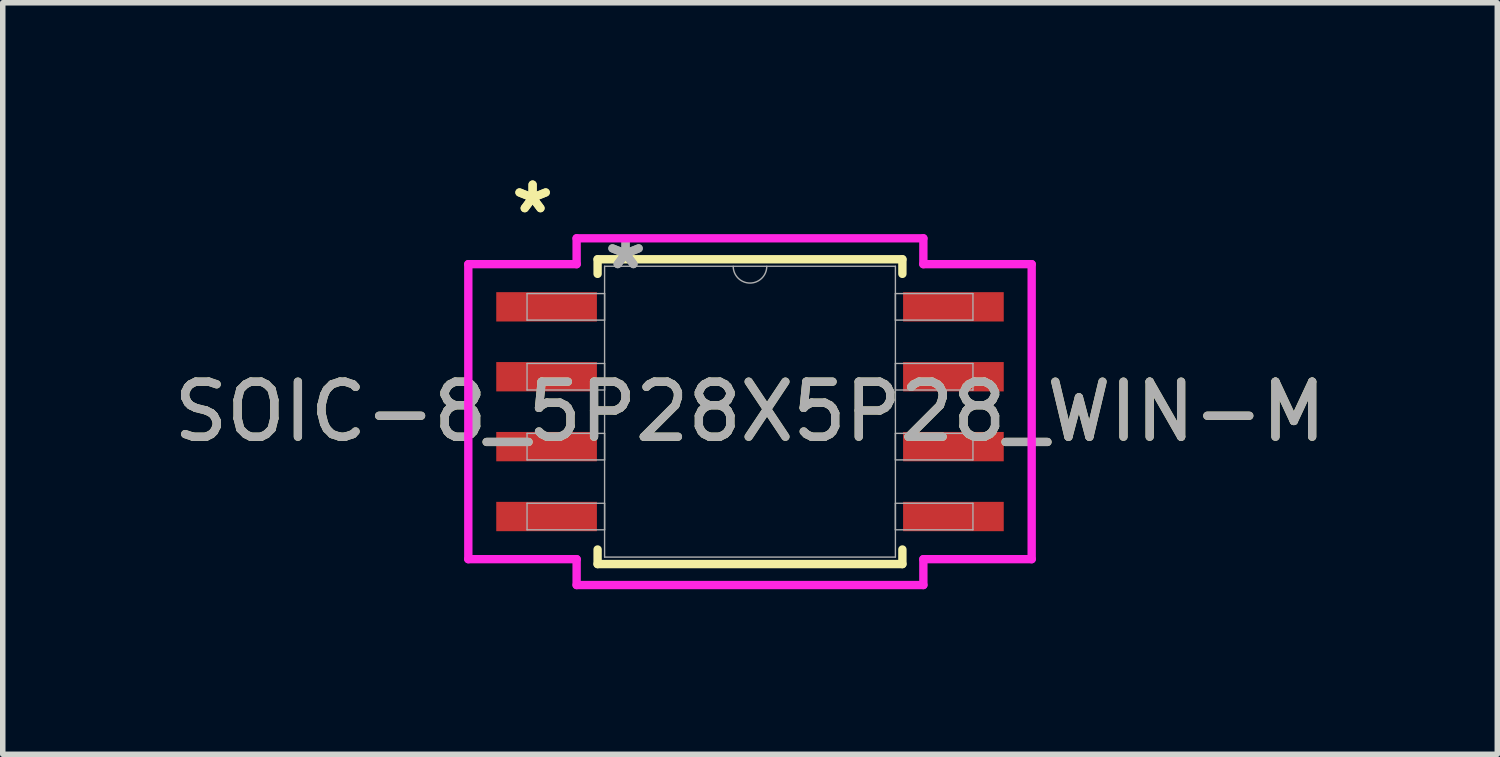
<source format=kicad_pcb>
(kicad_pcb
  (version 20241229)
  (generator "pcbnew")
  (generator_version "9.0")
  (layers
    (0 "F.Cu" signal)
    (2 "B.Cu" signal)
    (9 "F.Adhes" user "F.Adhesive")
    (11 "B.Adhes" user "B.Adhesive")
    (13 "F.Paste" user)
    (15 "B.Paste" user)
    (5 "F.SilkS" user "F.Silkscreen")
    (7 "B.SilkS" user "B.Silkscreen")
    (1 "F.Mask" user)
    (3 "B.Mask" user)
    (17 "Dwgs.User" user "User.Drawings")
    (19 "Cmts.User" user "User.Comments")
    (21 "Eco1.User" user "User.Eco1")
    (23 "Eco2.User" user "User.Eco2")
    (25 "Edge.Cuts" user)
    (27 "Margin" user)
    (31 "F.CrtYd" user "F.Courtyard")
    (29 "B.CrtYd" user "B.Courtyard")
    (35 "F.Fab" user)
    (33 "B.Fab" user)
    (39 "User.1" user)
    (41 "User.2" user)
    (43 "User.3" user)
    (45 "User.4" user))
  (footprint "SOIC-8_5P28X5P28_WIN-M"
    (layer "F.Cu")
    (at 10.577 4.43)
    (property "Reference" "SOIC-8_5P28X5P28_WIN-M" (at 0 0 0) (unlocked yes) (layer "F.SilkS") (effects (font (size 1 1) (thickness 0.15))))
    (attr smd)
    (fp_line (start -2.769 -2.769) (end -2.769 -2.504) (stroke (width 0.152) (type solid)) (layer "F.SilkS"))
    (fp_line (start -2.769 2.504) (end -2.769 2.769) (stroke (width 0.152) (type solid)) (layer "F.SilkS"))
    (fp_line (start -2.769 2.769) (end 2.769 2.769) (stroke (width 0.152) (type solid)) (layer "F.SilkS"))
    (fp_line (start 2.769 -2.769) (end -2.769 -2.769) (stroke (width 0.152) (type solid)) (layer "F.SilkS"))
    (fp_line (start 2.769 -2.504) (end 2.769 -2.769) (stroke (width 0.152) (type solid)) (layer "F.SilkS"))
    (fp_line (start 2.769 2.769) (end 2.769 2.504) (stroke (width 0.152) (type solid)) (layer "F.SilkS"))
    (fp_line (start -5.118 -2.68) (end -3.15 -2.68) (stroke (width 0.152) (type solid)) (layer "F.CrtYd"))
    (fp_line (start -5.118 2.68) (end -5.118 -2.68) (stroke (width 0.152) (type solid)) (layer "F.CrtYd"))
    (fp_line (start -5.118 2.68) (end -3.15 2.68) (stroke (width 0.152) (type solid)) (layer "F.CrtYd"))
    (fp_line (start -3.15 -3.15) (end 3.15 -3.15) (stroke (width 0.152) (type solid)) (layer "F.CrtYd"))
    (fp_line (start -3.15 -2.68) (end -3.15 -3.15) (stroke (width 0.152) (type solid)) (layer "F.CrtYd"))
    (fp_line (start -3.15 3.15) (end -3.15 2.68) (stroke (width 0.152) (type solid)) (layer "F.CrtYd"))
    (fp_line (start 3.15 -3.15) (end 3.15 -2.68) (stroke (width 0.152) (type solid)) (layer "F.CrtYd"))
    (fp_line (start 3.15 2.68) (end 3.15 3.15) (stroke (width 0.152) (type solid)) (layer "F.CrtYd"))
    (fp_line (start 3.15 3.15) (end -3.15 3.15) (stroke (width 0.152) (type solid)) (layer "F.CrtYd"))
    (fp_line (start 5.118 -2.68) (end 3.15 -2.68) (stroke (width 0.152) (type solid)) (layer "F.CrtYd"))
    (fp_line (start 5.118 -2.68) (end 5.118 2.68) (stroke (width 0.152) (type solid)) (layer "F.CrtYd"))
    (fp_line (start 5.118 2.68) (end 3.15 2.68) (stroke (width 0.152) (type solid)) (layer "F.CrtYd"))
    (fp_line (start -4.051 -2.146) (end -4.051 -1.664) (stroke (width 0.025) (type solid)) (layer "F.Fab"))
    (fp_line (start -4.051 -1.664) (end -2.642 -1.664) (stroke (width 0.025) (type solid)) (layer "F.Fab"))
    (fp_line (start -4.051 -0.876) (end -4.051 -0.394) (stroke (width 0.025) (type solid)) (layer "F.Fab"))
    (fp_line (start -4.051 -0.394) (end -2.642 -0.394) (stroke (width 0.025) (type solid)) (layer "F.Fab"))
    (fp_line (start -4.051 0.394) (end -4.051 0.876) (stroke (width 0.025) (type solid)) (layer "F.Fab"))
    (fp_line (start -4.051 0.876) (end -2.642 0.876) (stroke (width 0.025) (type solid)) (layer "F.Fab"))
    (fp_line (start -4.051 1.664) (end -4.051 2.146) (stroke (width 0.025) (type solid)) (layer "F.Fab"))
    (fp_line (start -4.051 2.146) (end -2.642 2.146) (stroke (width 0.025) (type solid)) (layer "F.Fab"))
    (fp_line (start -2.642 -2.642) (end -2.642 2.642) (stroke (width 0.025) (type solid)) (layer "F.Fab"))
    (fp_line (start -2.642 -2.146) (end -4.051 -2.146) (stroke (width 0.025) (type solid)) (layer "F.Fab"))
    (fp_line (start -2.642 -1.664) (end -2.642 -2.146) (stroke (width 0.025) (type solid)) (layer "F.Fab"))
    (fp_line (start -2.642 -0.876) (end -4.051 -0.876) (stroke (width 0.025) (type solid)) (layer "F.Fab"))
    (fp_line (start -2.642 -0.394) (end -2.642 -0.876) (stroke (width 0.025) (type solid)) (layer "F.Fab"))
    (fp_line (start -2.642 0.394) (end -4.051 0.394) (stroke (width 0.025) (type solid)) (layer "F.Fab"))
    (fp_line (start -2.642 0.876) (end -2.642 0.394) (stroke (width 0.025) (type solid)) (layer "F.Fab"))
    (fp_line (start -2.642 1.664) (end -4.051 1.664) (stroke (width 0.025) (type solid)) (layer "F.Fab"))
    (fp_line (start -2.642 2.146) (end -2.642 1.664) (stroke (width 0.025) (type solid)) (layer "F.Fab"))
    (fp_line (start -2.642 2.642) (end 2.642 2.642) (stroke (width 0.025) (type solid)) (layer "F.Fab"))
    (fp_line (start 2.642 -2.642) (end -2.642 -2.642) (stroke (width 0.025) (type solid)) (layer "F.Fab"))
    (fp_line (start 2.642 -2.146) (end 2.642 -1.664) (stroke (width 0.025) (type solid)) (layer "F.Fab"))
    (fp_line (start 2.642 -1.664) (end 4.051 -1.664) (stroke (width 0.025) (type solid)) (layer "F.Fab"))
    (fp_line (start 2.642 -0.876) (end 2.642 -0.394) (stroke (width 0.025) (type solid)) (layer "F.Fab"))
    (fp_line (start 2.642 -0.394) (end 4.051 -0.394) (stroke (width 0.025) (type solid)) (layer "F.Fab"))
    (fp_line (start 2.642 0.394) (end 2.642 0.876) (stroke (width 0.025) (type solid)) (layer "F.Fab"))
    (fp_line (start 2.642 0.876) (end 4.051 0.876) (stroke (width 0.025) (type solid)) (layer "F.Fab"))
    (fp_line (start 2.642 1.664) (end 2.642 2.146) (stroke (width 0.025) (type solid)) (layer "F.Fab"))
    (fp_line (start 2.642 2.146) (end 4.051 2.146) (stroke (width 0.025) (type solid)) (layer "F.Fab"))
    (fp_line (start 2.642 2.642) (end 2.642 -2.642) (stroke (width 0.025) (type solid)) (layer "F.Fab"))
    (fp_line (start 4.051 -2.146) (end 2.642 -2.146) (stroke (width 0.025) (type solid)) (layer "F.Fab"))
    (fp_line (start 4.051 -1.664) (end 4.051 -2.146) (stroke (width 0.025) (type solid)) (layer "F.Fab"))
    (fp_line (start 4.051 -0.876) (end 2.642 -0.876) (stroke (width 0.025) (type solid)) (layer "F.Fab"))
    (fp_line (start 4.051 -0.394) (end 4.051 -0.876) (stroke (width 0.025) (type solid)) (layer "F.Fab"))
    (fp_line (start 4.051 0.394) (end 2.642 0.394) (stroke (width 0.025) (type solid)) (layer "F.Fab"))
    (fp_line (start 4.051 0.876) (end 4.051 0.394) (stroke (width 0.025) (type solid)) (layer "F.Fab"))
    (fp_line (start 4.051 1.664) (end 2.642 1.664) (stroke (width 0.025) (type solid)) (layer "F.Fab"))
    (fp_line (start 4.051 2.146) (end 4.051 1.664) (stroke (width 0.025) (type solid)) (layer "F.Fab"))
    (fp_arc (start 0.3048 -2.6416) (mid 0 -2.3368) (end -0.3048 -2.6416) (stroke (width 0.0254) (type solid)) (layer "F.Fab"))
    (fp_text user "*" (at -3.95 -3.581 0) (layer "F.SilkS") (effects (font (size 1 1) (thickness 0.15))))
    (fp_text user "*" (at -3.95 -3.581 0) (unlocked yes) (layer "F.SilkS") (effects (font (size 1 1) (thickness 0.15))))
    (fp_text user "*" (at -2.261 -2.565 0) (layer "F.Fab") (effects (font (size 1 1) (thickness 0.15))))
    (fp_text user "${REFERENCE}" (at 0 0 0) (unlocked yes) (layer "F.Fab") (effects (font (size 1 1) (thickness 0.15))))
    (fp_text user "*" (at -2.261 -2.565 0) (unlocked yes) (layer "F.Fab") (effects (font (size 1 1) (thickness 0.15))))
    (pad "1" smd rect (at -3.696 -1.905) (size 1.829 0.533) (layers "F.Cu" "F.Mask" "F.Paste"))
    (pad "2" smd rect (at -3.696 -0.635) (size 1.829 0.533) (layers "F.Cu" "F.Mask" "F.Paste"))
    (pad "3" smd rect (at -3.696 0.635) (size 1.829 0.533) (layers "F.Cu" "F.Mask" "F.Paste"))
    (pad "4" smd rect (at -3.696 1.905) (size 1.829 0.533) (layers "F.Cu" "F.Mask" "F.Paste"))
    (pad "5" smd rect (at 3.696 1.905) (size 1.829 0.533) (layers "F.Cu" "F.Mask" "F.Paste"))
    (pad "6" smd rect (at 3.696 0.635) (size 1.829 0.533) (layers "F.Cu" "F.Mask" "F.Paste"))
    (pad "7" smd rect (at 3.696 -0.635) (size 1.829 0.533) (layers "F.Cu" "F.Mask" "F.Paste"))
    (pad "8" smd rect (at 3.696 -1.905) (size 1.829 0.533) (layers "F.Cu" "F.Mask" "F.Paste")))
  (gr_rect
    (start -3 -3)
    (end 24.155 10.655)
    (stroke (width 0.1) (type default))
    (fill no)
    (layer "Edge.Cuts")))
</source>
